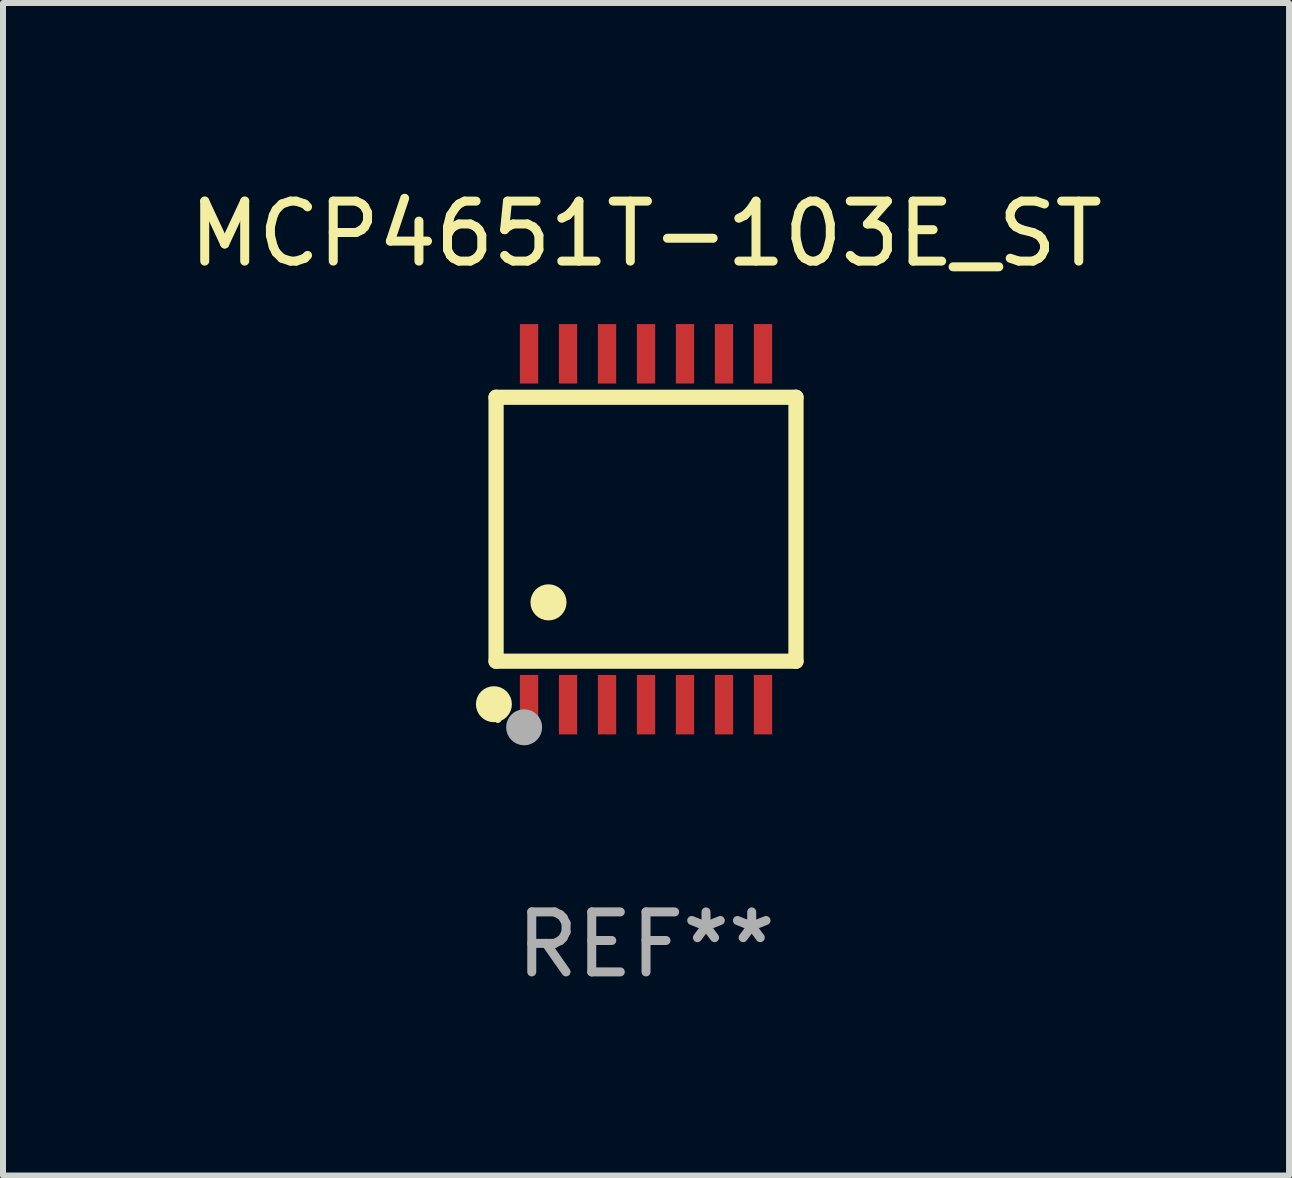
<source format=kicad_pcb>
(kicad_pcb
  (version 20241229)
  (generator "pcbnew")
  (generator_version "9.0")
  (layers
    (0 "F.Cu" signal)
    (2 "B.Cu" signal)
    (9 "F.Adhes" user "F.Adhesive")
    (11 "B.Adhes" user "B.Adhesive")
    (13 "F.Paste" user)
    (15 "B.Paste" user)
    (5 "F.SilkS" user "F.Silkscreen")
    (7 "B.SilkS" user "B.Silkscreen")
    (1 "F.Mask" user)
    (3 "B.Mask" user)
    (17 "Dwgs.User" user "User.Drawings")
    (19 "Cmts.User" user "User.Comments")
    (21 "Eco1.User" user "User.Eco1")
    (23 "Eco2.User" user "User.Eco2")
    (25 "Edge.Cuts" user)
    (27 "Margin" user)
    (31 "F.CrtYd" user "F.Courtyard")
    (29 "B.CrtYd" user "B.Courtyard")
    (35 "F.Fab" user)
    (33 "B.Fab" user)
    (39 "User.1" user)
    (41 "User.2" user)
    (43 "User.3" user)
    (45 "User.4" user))
  (footprint "MCP4651T-103E_ST"
    (layer "F.Cu")
    (at 7.72 5.773)
    (property "Reference" "MCP4651T-103E_ST" (at 0 -4.925 0) (layer "F.SilkS") (effects (font (size 1 1) (thickness 0.15))))
    (attr through_hole)
    (fp_line (start -2.5 2.2) (end -2.5 -2.2) (stroke (width 0.254) (type solid)) (layer "F.SilkS"))
    (fp_line (start -2.5 2.2) (end 2.5 2.2) (stroke (width 0.254) (type solid)) (layer "F.SilkS"))
    (fp_line (start 2.5 -2.2) (end -2.5 -2.2) (stroke (width 0.254) (type solid)) (layer "F.SilkS"))
    (fp_line (start 2.5 -2.2) (end 2.5 2.2) (stroke (width 0.254) (type solid)) (layer "F.SilkS"))
    (fp_circle (center -2.536 2.917) (end -2.386 2.917) (stroke (width 0.3) (type solid)) (fill no) (layer "F.SilkS"))
    (fp_circle (center -2.47 3.17) (end -2.44 3.17) (stroke (width 0.06) (type solid)) (fill no) (layer "F.SilkS"))
    (fp_circle (center -1.626 1.219) (end -1.475 1.219) (stroke (width 0.3) (type solid)) (fill no) (layer "F.SilkS"))
    (fp_circle (center -2.032 3.302) (end -1.882 3.302) (stroke (width 0.3) (type solid)) (fill no) (layer "F.Fab"))
    (fp_text user "REF**" (at 0 6.925 0) (layer "F.Fab") (effects (font (size 1 1) (thickness 0.15))))
    (pad "1" smd rect (at -1.95 2.925) (size 0.305 0.991) (layers "F.Cu" "F.Mask" "F.Paste"))
    (pad "2" smd rect (at -1.3 2.925) (size 0.305 0.991) (layers "F.Cu" "F.Mask" "F.Paste"))
    (pad "3" smd rect (at -0.65 2.925) (size 0.305 0.991) (layers "F.Cu" "F.Mask" "F.Paste"))
    (pad "4" smd rect (at 0 2.925) (size 0.305 0.991) (layers "F.Cu" "F.Mask" "F.Paste"))
    (pad "5" smd rect (at 0.65 2.925) (size 0.305 0.991) (layers "F.Cu" "F.Mask" "F.Paste"))
    (pad "6" smd rect (at 1.3 2.925) (size 0.305 0.991) (layers "F.Cu" "F.Mask" "F.Paste"))
    (pad "7" smd rect (at 1.95 2.925) (size 0.305 0.991) (layers "F.Cu" "F.Mask" "F.Paste"))
    (pad "8" smd rect (at 1.95 -2.925) (size 0.305 0.991) (layers "F.Cu" "F.Mask" "F.Paste"))
    (pad "9" smd rect (at 1.3 -2.925) (size 0.305 0.991) (layers "F.Cu" "F.Mask" "F.Paste"))
    (pad "10" smd rect (at 0.65 -2.925) (size 0.305 0.991) (layers "F.Cu" "F.Mask" "F.Paste"))
    (pad "11" smd rect (at 0 -2.925) (size 0.305 0.991) (layers "F.Cu" "F.Mask" "F.Paste"))
    (pad "12" smd rect (at -0.65 -2.925) (size 0.305 0.991) (layers "F.Cu" "F.Mask" "F.Paste"))
    (pad "13" smd rect (at -1.3 -2.925) (size 0.305 0.991) (layers "F.Cu" "F.Mask" "F.Paste"))
    (pad "14" smd rect (at -1.95 -2.925) (size 0.305 0.991) (layers "F.Cu" "F.Mask" "F.Paste")))
  (gr_rect
    (start -3 -3)
    (end 18.44 16.547)
    (stroke (width 0.1) (type default))
    (fill no)
    (layer "Edge.Cuts")))
</source>
